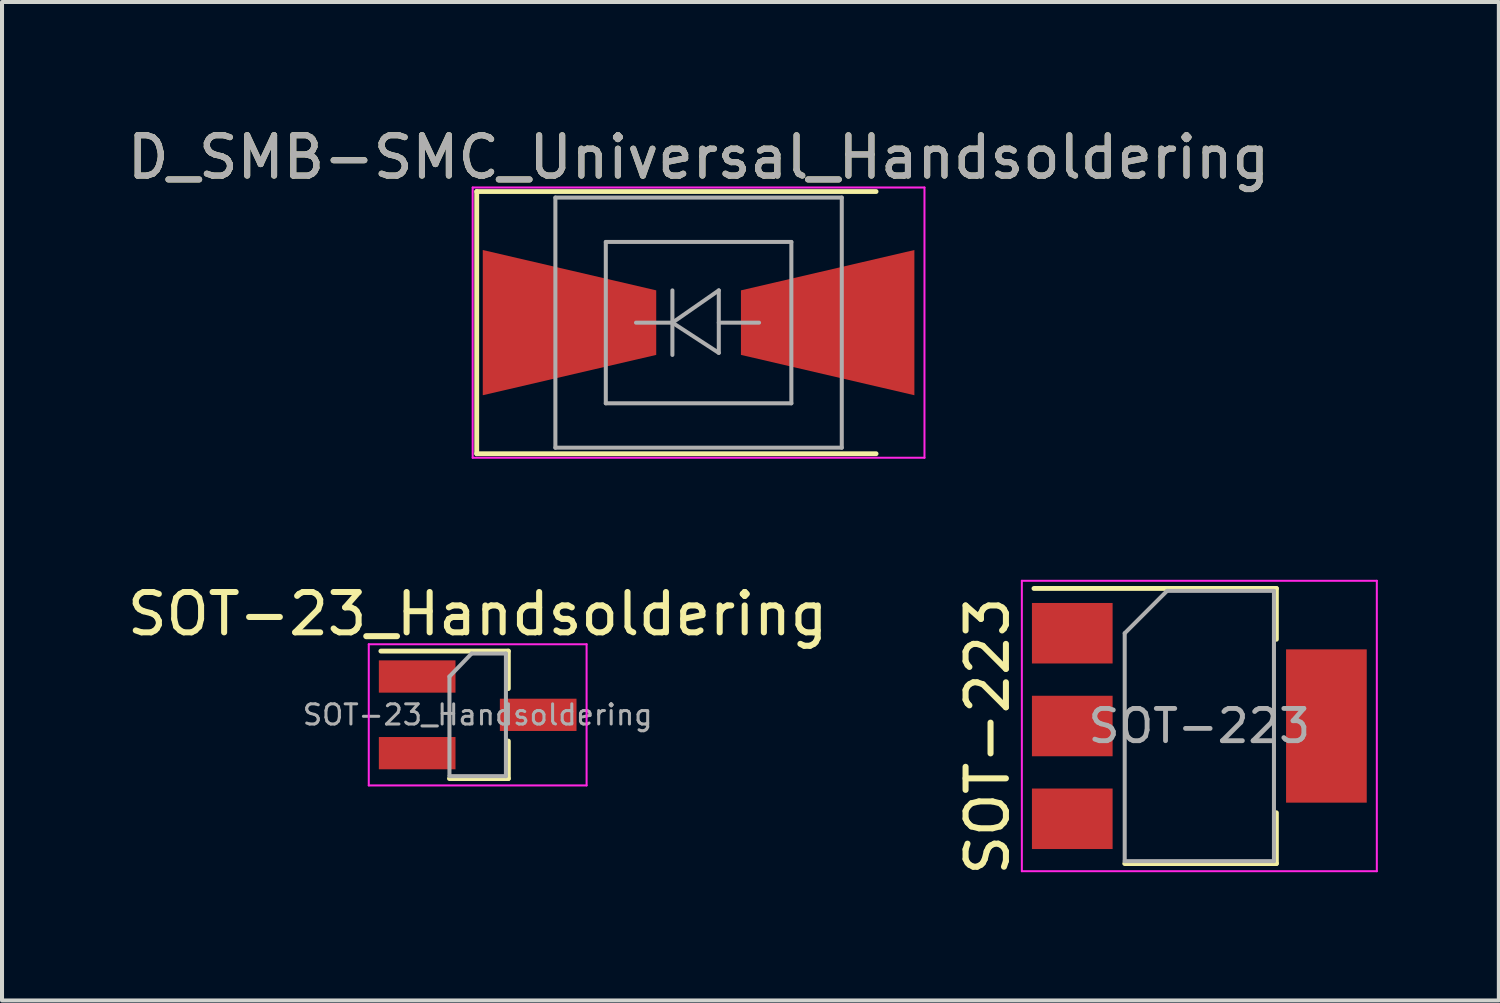
<source format=kicad_pcb>
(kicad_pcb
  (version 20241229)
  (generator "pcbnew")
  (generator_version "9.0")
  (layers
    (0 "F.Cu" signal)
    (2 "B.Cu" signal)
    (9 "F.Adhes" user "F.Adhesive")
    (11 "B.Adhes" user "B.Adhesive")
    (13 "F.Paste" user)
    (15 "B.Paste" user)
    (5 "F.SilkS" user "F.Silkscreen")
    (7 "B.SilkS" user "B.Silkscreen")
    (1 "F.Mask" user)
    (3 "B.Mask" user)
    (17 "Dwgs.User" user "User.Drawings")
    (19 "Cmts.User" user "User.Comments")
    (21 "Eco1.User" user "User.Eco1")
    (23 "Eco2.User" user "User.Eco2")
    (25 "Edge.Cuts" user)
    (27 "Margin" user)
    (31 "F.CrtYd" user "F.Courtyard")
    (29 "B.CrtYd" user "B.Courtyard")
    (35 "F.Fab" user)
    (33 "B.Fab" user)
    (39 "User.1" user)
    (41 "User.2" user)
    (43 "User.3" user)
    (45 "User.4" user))
  (footprint "SOT-223"
    (layer "F.Cu")
    (at 26.682 14.948)
    (property "Reference" "SOT-223" (at -5.25 0.25 270) (layer "F.SilkS") (effects (font (size 1 1) (thickness 0.15))))
    (attr smd)
    (fp_line (start -4.1 -3.41) (end 1.91 -3.41) (stroke (width 0.12) (type solid)) (layer "F.SilkS"))
    (fp_line (start -1.85 3.41) (end 1.91 3.41) (stroke (width 0.12) (type solid)) (layer "F.SilkS"))
    (fp_line (start 1.91 -3.41) (end 1.91 -2.15) (stroke (width 0.12) (type solid)) (layer "F.SilkS"))
    (fp_line (start 1.91 3.41) (end 1.91 2.15) (stroke (width 0.12) (type solid)) (layer "F.SilkS"))
    (fp_line (start -4.4 -3.6) (end -4.4 3.6) (stroke (width 0.05) (type solid)) (layer "F.CrtYd"))
    (fp_line (start -4.4 3.6) (end 4.4 3.6) (stroke (width 0.05) (type solid)) (layer "F.CrtYd"))
    (fp_line (start 4.4 -3.6) (end -4.4 -3.6) (stroke (width 0.05) (type solid)) (layer "F.CrtYd"))
    (fp_line (start 4.4 3.6) (end 4.4 -3.6) (stroke (width 0.05) (type solid)) (layer "F.CrtYd"))
    (fp_line (start -1.85 -2.3) (end -1.85 3.35) (stroke (width 0.1) (type solid)) (layer "F.Fab"))
    (fp_line (start -1.85 -2.3) (end -0.8 -3.35) (stroke (width 0.1) (type solid)) (layer "F.Fab"))
    (fp_line (start -1.85 3.35) (end 1.85 3.35) (stroke (width 0.1) (type solid)) (layer "F.Fab"))
    (fp_line (start -0.8 -3.35) (end 1.85 -3.35) (stroke (width 0.1) (type solid)) (layer "F.Fab"))
    (fp_line (start 1.85 -3.35) (end 1.85 3.35) (stroke (width 0.1) (type solid)) (layer "F.Fab"))
    (fp_text user "${REFERENCE}" (at 0 0 0) (layer "F.Fab") (effects (font (size 0.8 0.8) (thickness 0.12))))
    (pad "1" smd rect (at -3.15 -2.3) (size 2 1.5) (layers "F.Cu" "F.Mask" "F.Paste"))
    (pad "2" smd rect (at -3.15 0) (size 2 1.5) (layers "F.Cu" "F.Mask" "F.Paste"))
    (pad "3" smd rect (at -3.15 2.3) (size 2 1.5) (layers "F.Cu" "F.Mask" "F.Paste"))
    (pad "4" smd rect (at 3.15 0) (size 2 3.8) (layers "F.Cu" "F.Mask" "F.Paste")))
  (footprint "SOT-23_Handsoldering"
    (layer "F.Cu")
    (at 8.792 14.671)
    (property "Reference" "SOT-23_Handsoldering" (at 0 -2.5 0) (layer "F.SilkS") (effects (font (size 1 1) (thickness 0.15))))
    (attr smd)
    (fp_line (start 0.76 -1.58) (end -2.4 -1.58) (stroke (width 0.12) (type solid)) (layer "F.SilkS"))
    (fp_line (start 0.76 -1.58) (end 0.76 -0.65) (stroke (width 0.12) (type solid)) (layer "F.SilkS"))
    (fp_line (start 0.76 1.58) (end -0.7 1.58) (stroke (width 0.12) (type solid)) (layer "F.SilkS"))
    (fp_line (start 0.76 1.58) (end 0.76 0.65) (stroke (width 0.12) (type solid)) (layer "F.SilkS"))
    (fp_line (start -2.7 -1.75) (end 2.7 -1.75) (stroke (width 0.05) (type solid)) (layer "F.CrtYd"))
    (fp_line (start -2.7 1.75) (end -2.7 -1.75) (stroke (width 0.05) (type solid)) (layer "F.CrtYd"))
    (fp_line (start 2.7 -1.75) (end 2.7 1.75) (stroke (width 0.05) (type solid)) (layer "F.CrtYd"))
    (fp_line (start 2.7 1.75) (end -2.7 1.75) (stroke (width 0.05) (type solid)) (layer "F.CrtYd"))
    (fp_line (start -0.7 -0.95) (end -0.7 1.5) (stroke (width 0.1) (type solid)) (layer "F.Fab"))
    (fp_line (start -0.7 -0.95) (end -0.15 -1.52) (stroke (width 0.1) (type solid)) (layer "F.Fab"))
    (fp_line (start -0.7 1.52) (end 0.7 1.52) (stroke (width 0.1) (type solid)) (layer "F.Fab"))
    (fp_line (start -0.15 -1.52) (end 0.7 -1.52) (stroke (width 0.1) (type solid)) (layer "F.Fab"))
    (fp_line (start 0.7 -1.52) (end 0.7 1.52) (stroke (width 0.1) (type solid)) (layer "F.Fab"))
    (fp_text user "${REFERENCE}" (at 0 0 0) (layer "F.Fab") (effects (font (size 0.5 0.5) (thickness 0.075))))
    (pad "1" smd rect (at -1.5 -0.95) (size 1.9 0.8) (layers "F.Cu" "F.Mask" "F.Paste"))
    (pad "2" smd rect (at -1.5 0.95) (size 1.9 0.8) (layers "F.Cu" "F.Mask" "F.Paste"))
    (pad "3" smd rect (at 1.5 0) (size 1.9 0.8) (layers "F.Cu" "F.Mask" "F.Paste")))
  (footprint "D_SMB-SMC_Universal_Handsoldering"
    (layer "F.Cu")
    (at 14.268 4.948)
    (property "Reference" "D_SMB-SMC_Universal_Handsoldering" (at 0 -4.1 0) (layer "F.SilkS") (effects (font (size 1 1) (thickness 0.15))))
    (attr smd)
    (fp_line (start -5.5 -3.25) (end 4.4 -3.25) (stroke (width 0.12) (type solid)) (layer "F.SilkS"))
    (fp_line (start -5.5 3.25) (end -5.5 -3.25) (stroke (width 0.12) (type solid)) (layer "F.SilkS"))
    (fp_line (start -5.5 3.25) (end 4.4 3.25) (stroke (width 0.12) (type solid)) (layer "F.SilkS"))
    (fp_line (start -5.6 -3.35) (end 5.6 -3.35) (stroke (width 0.05) (type solid)) (layer "F.CrtYd"))
    (fp_line (start -5.6 3.35) (end -5.6 -3.35) (stroke (width 0.05) (type solid)) (layer "F.CrtYd"))
    (fp_line (start 5.6 -3.35) (end 5.6 3.35) (stroke (width 0.05) (type solid)) (layer "F.CrtYd"))
    (fp_line (start 5.6 3.35) (end -5.6 3.35) (stroke (width 0.05) (type solid)) (layer "F.CrtYd"))
    (fp_line (start -3.55 3.1) (end -3.55 -3.1) (stroke (width 0.1) (type solid)) (layer "F.Fab"))
    (fp_line (start -2.3 2) (end -2.3 -2) (stroke (width 0.1) (type solid)) (layer "F.Fab"))
    (fp_line (start -0.649 -0.799) (end -0.649 0.801) (stroke (width 0.1) (type solid)) (layer "F.Fab"))
    (fp_line (start -0.649 0.001) (end -1.551 0.001) (stroke (width 0.1) (type solid)) (layer "F.Fab"))
    (fp_line (start -0.649 0.001) (end 0.501 -0.799) (stroke (width 0.1) (type solid)) (layer "F.Fab"))
    (fp_line (start -0.649 0.001) (end 0.501 0.75) (stroke (width 0.1) (type solid)) (layer "F.Fab"))
    (fp_line (start 0.501 0.001) (end 1.499 0.001) (stroke (width 0.1) (type solid)) (layer "F.Fab"))
    (fp_line (start 0.501 0.75) (end 0.501 -0.799) (stroke (width 0.1) (type solid)) (layer "F.Fab"))
    (fp_line (start 2.3 -2) (end -2.3 -2) (stroke (width 0.1) (type solid)) (layer "F.Fab"))
    (fp_line (start 2.3 -2) (end 2.3 2) (stroke (width 0.1) (type solid)) (layer "F.Fab"))
    (fp_line (start 2.3 2) (end -2.3 2) (stroke (width 0.1) (type solid)) (layer "F.Fab"))
    (fp_line (start 3.55 -3.1) (end -3.55 -3.1) (stroke (width 0.1) (type solid)) (layer "F.Fab"))
    (fp_line (start 3.55 -3.1) (end 3.55 3.1) (stroke (width 0.1) (type solid)) (layer "F.Fab"))
    (fp_line (start 3.55 3.1) (end -3.55 3.1) (stroke (width 0.1) (type solid)) (layer "F.Fab"))
    (fp_text user "${REFERENCE}" (at 0 -4.1 0) (layer "F.Fab") (effects (font (size 1 1) (thickness 0.15))))
    (pad "1" smd trapezoid (at -3.2 0) (size 4.3 2.6) (rect_delta 1 0) (layers "F.Cu" "F.Mask" "F.Paste"))
    (pad "2" smd trapezoid (at 3.2 0 180) (size 4.3 2.6) (rect_delta 1 0) (layers "F.Cu" "F.Mask" "F.Paste")))
  (gr_rect
    (start -3 -3)
    (end 34.107 21.752)
    (stroke (width 0.1) (type default))
    (fill no)
    (layer "Edge.Cuts")))
</source>
